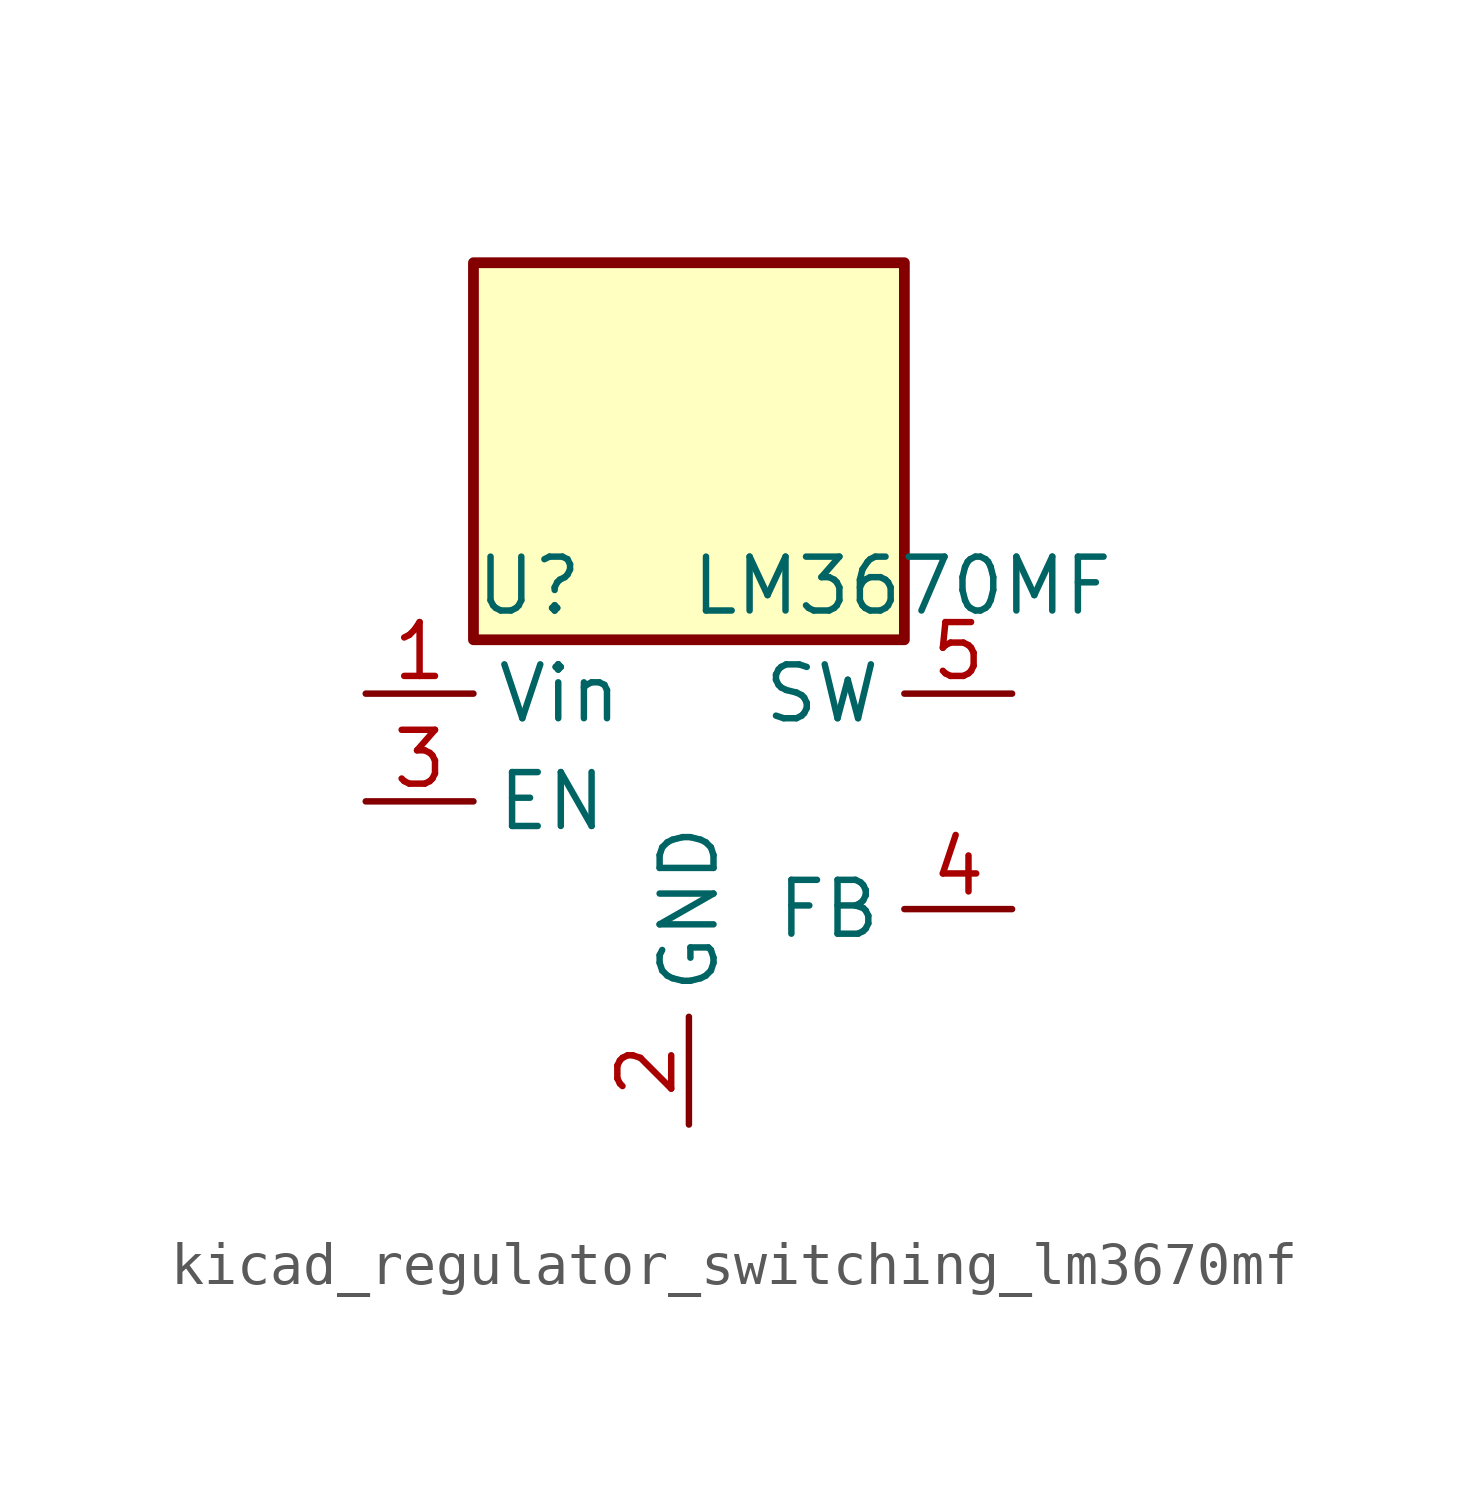
<source format=kicad_sym>
(kicad_symbol_lib
  (version 20220914)
  (generator kicad_symbol_editor)
  (symbol "kicad_regulator_switching_lm3670mf"
    (property "Reference" "U"
      (at -5.08 5.08 0)
      (effects (font (size 1.27 1.27)) (justify left)))
    (property "Value" "LM3670MF"
      (at 0 5.08 0)
      (effects (font (size 1.27 1.27)) (justify left)))
    (symbol "kicad_regulator_switching_lm3670mf_0_1"
      (rectangle (start 5.08 12.7) (end -5.08 3.81) (stroke (width 0.254) (type default)) (fill (type background))))
    (symbol "kicad_regulator_switching_lm3670mf_1_1"
      (pin power_in line (at -7.62 2.54 0) (length 2.54) (name "Vin" (effects (font (size 1.27 1.27)))) (number "1" (effects (font (size 1.27 1.27)))))
      (pin power_in line (at 0 -7.62 90) (length 2.54) (name "GND" (effects (font (size 1.27 1.27)))) (number "2" (effects (font (size 1.27 1.27)))))
      (pin input line (at -7.62 0 0) (length 2.54) (name "EN" (effects (font (size 1.27 1.27)))) (number "3" (effects (font (size 1.27 1.27)))))
      (pin input line (at 7.62 -2.54 180) (length 2.54) (name "FB" (effects (font (size 1.27 1.27)))) (number "4" (effects (font (size 1.27 1.27)))))
      (pin input line (at 7.62 2.54 180) (length 2.54) (name "SW" (effects (font (size 1.27 1.27)))) (number "5" (effects (font (size 1.27 1.27))))))))
</source>
